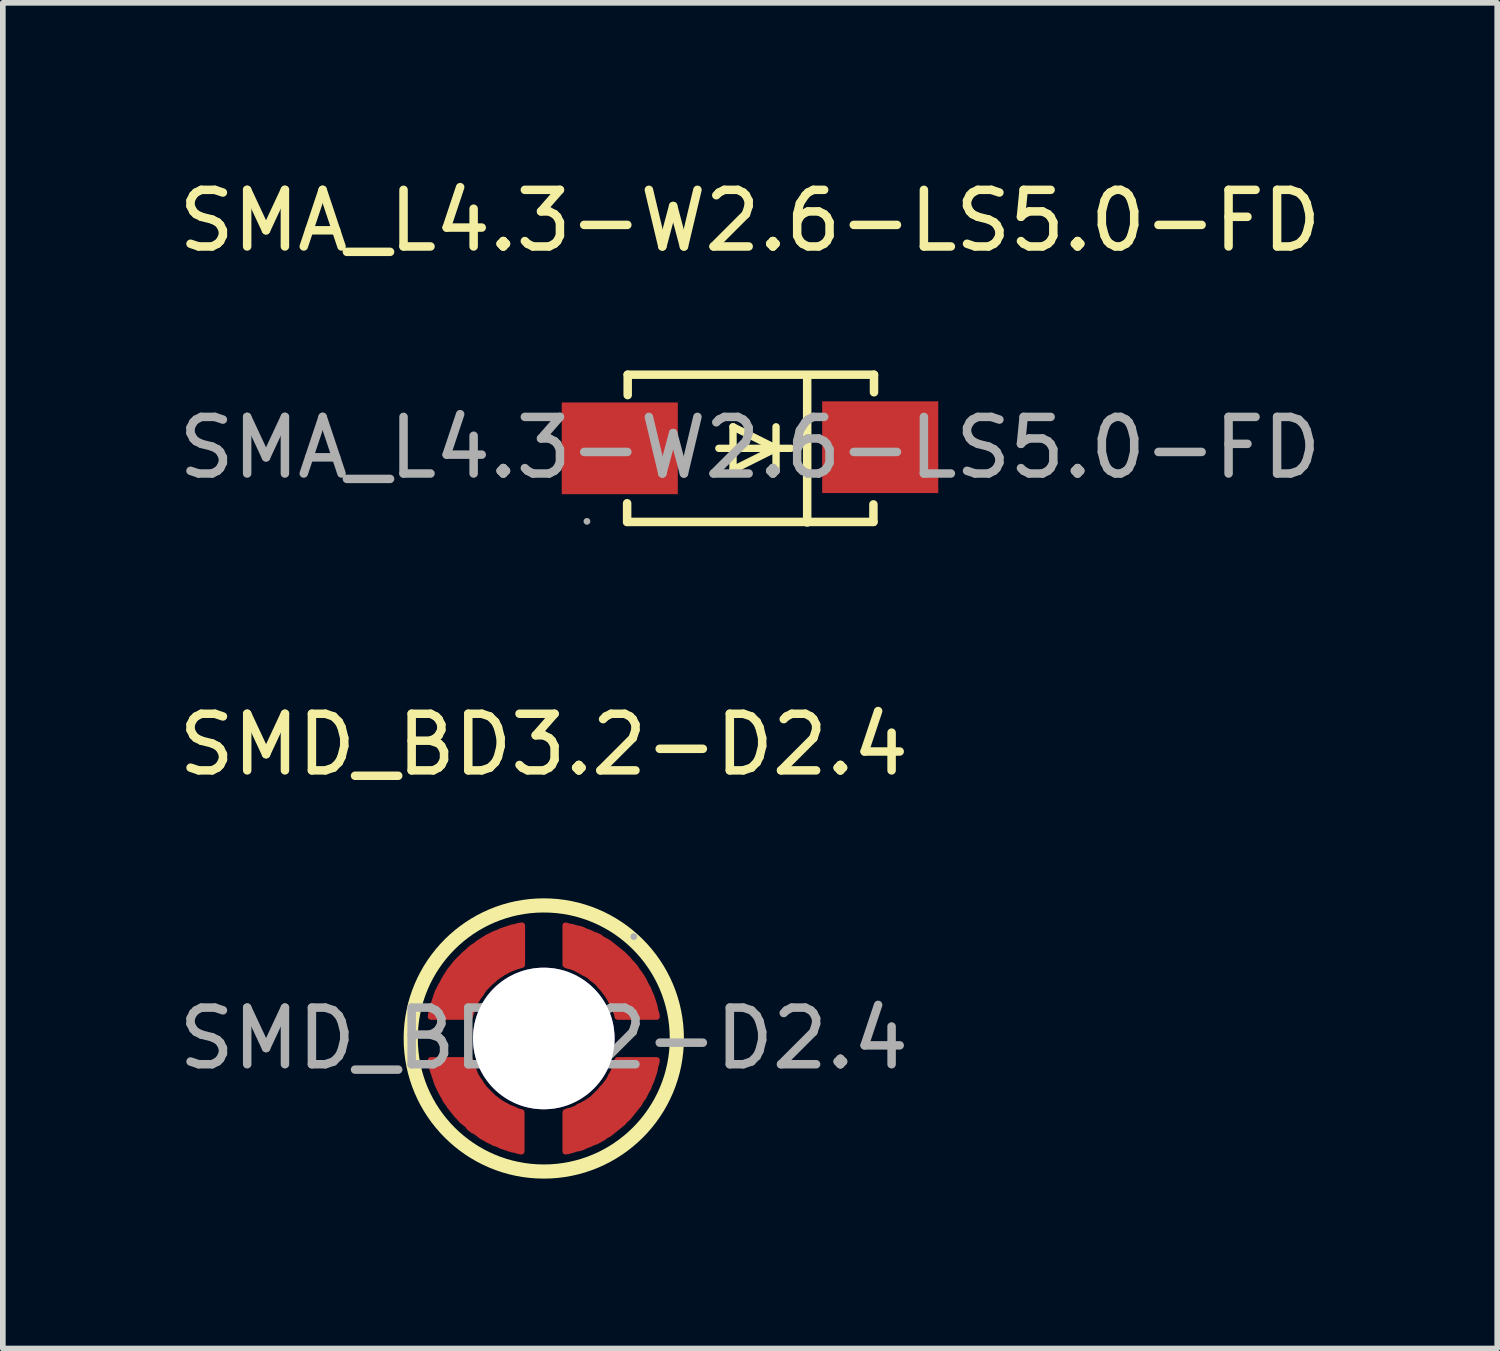
<source format=kicad_pcb>
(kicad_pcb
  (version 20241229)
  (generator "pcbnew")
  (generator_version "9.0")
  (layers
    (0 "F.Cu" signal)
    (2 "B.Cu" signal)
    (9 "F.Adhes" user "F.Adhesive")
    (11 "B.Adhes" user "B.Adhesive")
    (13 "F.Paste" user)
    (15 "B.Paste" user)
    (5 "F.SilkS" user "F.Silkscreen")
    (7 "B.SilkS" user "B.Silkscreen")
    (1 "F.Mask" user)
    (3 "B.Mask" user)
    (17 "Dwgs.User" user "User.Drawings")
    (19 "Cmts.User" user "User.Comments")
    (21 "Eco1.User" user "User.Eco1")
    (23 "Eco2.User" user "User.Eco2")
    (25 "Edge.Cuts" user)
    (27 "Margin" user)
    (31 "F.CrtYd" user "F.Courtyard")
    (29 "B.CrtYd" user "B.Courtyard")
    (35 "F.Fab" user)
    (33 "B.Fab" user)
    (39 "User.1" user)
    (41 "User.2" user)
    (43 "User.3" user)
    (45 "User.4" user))
  (footprint "SMD_BD3.2-D2.4"
    (layer "F.Cu")
    (at 6.554 15.291)
    (property "Reference" "SMD_BD3.2-D2.4" (at 0 -5.19 0) (layer "F.SilkS") (effects (font (size 1 1) (thickness 0.15))))
    (attr smd)
    (fp_circle (center 0 0) (end 2.35 0) (stroke (width 0.25) (type solid)) (fill no) (layer "F.SilkS"))
    (fp_circle (center 0 0) (end 0.6 0) (stroke (width 1.2) (type solid)) (fill no) (layer "Cmts.User"))
    (fp_circle (center 1.59 -1.8) (end 1.62 -1.8) (stroke (width 0.06) (type solid)) (fill no) (layer "F.Fab"))
    (fp_text user "${REFERENCE}" (at 0 0 0) (layer "F.Fab") (effects (font (size 1 1) (thickness 0.15))))
    (pad "" thru_hole circle (at 0 0) (size 2.5 2.5) (drill 2.5) (layers "*.Cu" "*.Mask"))
    (pad "1" smd custom (at 0 0) (size 1 1) (layers "F.Cu" "F.Mask" "F.Paste") (options (anchor circle)) (primitives (gr_poly (pts (xy 1.3 -0.38) (xy 1.29 -0.43) (xy 1.27 -0.48) (xy 1.25 -0.53) (xy 1.23 -0.58) (xy 1.21 -0.62) (xy 1.18 -0.67) (xy 1.16 -0.71) (xy 1.13 -0.76) (xy 1.1 -0.8) (xy 1.07 -0.84) (xy 1.04 -0.88) (xy 1 -0.92) (xy 0.97 -0.96) (xy 0.93 -1) (xy 0.89 -1.03) (xy 0.85 -1.06) (xy 0.81 -1.1) (xy 0.76 -1.13) (xy 0.72 -1.15) (xy 0.67 -1.18) (xy 0.63 -1.2) (xy 0.58 -1.23) (xy 0.53 -1.25) (xy 0.48 -1.27) (xy 0.43 -1.28) (xy 0.38 -1.3) (xy 0.38 -2) (xy 0.45 -1.98) (xy 0.51 -1.97) (xy 0.57 -1.95) (xy 0.63 -1.94) (xy 0.69 -1.92) (xy 0.75 -1.89) (xy 0.81 -1.87) (xy 0.87 -1.84) (xy 0.93 -1.82) (xy 0.99 -1.79) (xy 1.04 -1.75) (xy 1.1 -1.72) (xy 1.15 -1.69) (xy 1.2 -1.65) (xy 1.25 -1.61) (xy 1.3 -1.57) (xy 1.35 -1.53) (xy 1.4 -1.49) (xy 1.45 -1.44) (xy 1.49 -1.4) (xy 1.53 -1.35) (xy 1.58 -1.3) (xy 1.62 -1.25) (xy 1.65 -1.2) (xy 1.69 -1.15) (xy 1.73 -1.09) (xy 1.76 -1.04) (xy 1.79 -0.98) (xy 1.82 -0.92) (xy 1.85 -0.87) (xy 1.87 -0.81) (xy 1.9 -0.75) (xy 1.92 -0.69) (xy 1.94 -0.63) (xy 1.96 -0.57) (xy 1.97 -0.5) (xy 1.99 -0.44) (xy 2 -0.38) (xy 1.3 -0.38)) (width 0.1) (fill yes))))
    (pad "1" smd custom (at 0 0 180) (size 1 1) (layers "F.Cu" "F.Mask" "F.Paste") (options (anchor circle)) (primitives (gr_poly (pts (xy -0.38 -1.3) (xy -0.43 -1.28) (xy -0.48 -1.27) (xy -0.53 -1.25) (xy -0.58 -1.23) (xy -0.62 -1.2) (xy -0.67 -1.18) (xy -0.72 -1.15) (xy -0.76 -1.13) (xy -0.8 -1.1) (xy -0.85 -1.07) (xy -0.89 -1.03) (xy -0.92 -1) (xy -0.96 -0.96) (xy -1 -0.92) (xy -1.03 -0.88) (xy -1.07 -0.84) (xy -1.1 -0.8) (xy -1.13 -0.76) (xy -1.16 -0.72) (xy -1.18 -0.67) (xy -1.21 -0.62) (xy -1.23 -0.58) (xy -1.25 -0.53) (xy -1.27 -0.48) (xy -1.28 -0.43) (xy -1.3 -0.38) (xy -2 -0.38) (xy -1.99 -0.44) (xy -1.97 -0.5) (xy -1.96 -0.57) (xy -1.94 -0.63) (xy -1.92 -0.69) (xy -1.9 -0.75) (xy -1.87 -0.81) (xy -1.85 -0.87) (xy -1.82 -0.92) (xy -1.79 -0.98) (xy -1.76 -1.04) (xy -1.72 -1.09) (xy -1.69 -1.15) (xy -1.65 -1.2) (xy -1.61 -1.25) (xy -1.57 -1.3) (xy -1.53 -1.35) (xy -1.49 -1.4) (xy -1.44 -1.44) (xy -1.4 -1.49) (xy -1.35 -1.53) (xy -1.3 -1.57) (xy -1.25 -1.61) (xy -1.2 -1.65) (xy -1.15 -1.69) (xy -1.09 -1.72) (xy -1.04 -1.76) (xy -0.98 -1.79) (xy -0.93 -1.82) (xy -0.87 -1.84) (xy -0.81 -1.87) (xy -0.75 -1.89) (xy -0.69 -1.92) (xy -0.63 -1.94) (xy -0.57 -1.95) (xy -0.51 -1.97) (xy -0.44 -1.99) (xy -0.38 -2) (xy -0.38 -1.3)) (width 0.1) (fill yes))))
    (pad "1" smd custom (at 0 0 270) (size 1 1) (layers "F.Cu" "F.Mask" "F.Paste") (options (anchor circle)) (primitives (gr_poly (pts (xy -1.3 0.38) (xy -1.28 0.44) (xy -1.27 0.48) (xy -1.25 0.53) (xy -1.23 0.58) (xy -1.21 0.63) (xy -1.18 0.68) (xy -1.16 0.72) (xy -1.13 0.76) (xy -1.1 0.81) (xy -1.07 0.85) (xy -1.03 0.89) (xy -1 0.93) (xy -0.96 0.97) (xy -0.93 1) (xy -0.89 1.04) (xy -0.85 1.07) (xy -0.8 1.1) (xy -0.76 1.13) (xy -0.72 1.16) (xy -0.67 1.19) (xy -0.63 1.21) (xy -0.58 1.23) (xy -0.53 1.25) (xy -0.48 1.27) (xy -0.43 1.29) (xy -0.38 1.3) (xy -0.38 2) (xy -0.44 1.99) (xy -0.51 1.98) (xy -0.57 1.96) (xy -0.63 1.94) (xy -0.69 1.92) (xy -0.75 1.9) (xy -0.81 1.88) (xy -0.87 1.85) (xy -0.93 1.82) (xy -0.98 1.79) (xy -1.04 1.76) (xy -1.09 1.73) (xy -1.15 1.69) (xy -1.2 1.66) (xy -1.25 1.62) (xy -1.3 1.58) (xy -1.35 1.54) (xy -1.4 1.49) (xy -1.44 1.45) (xy -1.49 1.4) (xy -1.53 1.35) (xy -1.57 1.31) (xy -1.61 1.26) (xy -1.65 1.2) (xy -1.69 1.15) (xy -1.72 1.1) (xy -1.76 1.04) (xy -1.79 0.99) (xy -1.82 0.93) (xy -1.85 0.87) (xy -1.87 0.81) (xy -1.9 0.75) (xy -1.92 0.69) (xy -1.94 0.63) (xy -1.96 0.57) (xy -1.97 0.51) (xy -1.99 0.45) (xy -2 0.38) (xy -1.3 0.38)) (width 0.1) (fill yes))))
    (pad "1" smd custom (at 0 0 270) (size 1 1) (layers "F.Cu" "F.Mask" "F.Paste") (options (anchor circle)) (primitives (gr_poly (pts (xy 0.38 1.3) (xy 0.43 1.29) (xy 0.48 1.27) (xy 0.53 1.25) (xy 0.58 1.23) (xy 0.63 1.21) (xy 0.67 1.19) (xy 0.72 1.16) (xy 0.76 1.13) (xy 0.81 1.1) (xy 0.85 1.07) (xy 0.89 1.04) (xy 0.93 1) (xy 0.96 0.97) (xy 1 0.93) (xy 1.04 0.89) (xy 1.07 0.85) (xy 1.1 0.81) (xy 1.13 0.77) (xy 1.16 0.72) (xy 1.18 0.68) (xy 1.21 0.63) (xy 1.23 0.58) (xy 1.25 0.53) (xy 1.27 0.49) (xy 1.29 0.44) (xy 1.3 0.39) (xy 2 0.39) (xy 1.99 0.45) (xy 1.97 0.51) (xy 1.96 0.57) (xy 1.94 0.63) (xy 1.92 0.69) (xy 1.9 0.75) (xy 1.87 0.81) (xy 1.85 0.87) (xy 1.82 0.93) (xy 1.79 0.99) (xy 1.76 1.04) (xy 1.73 1.1) (xy 1.69 1.15) (xy 1.65 1.2) (xy 1.62 1.26) (xy 1.58 1.31) (xy 1.53 1.35) (xy 1.49 1.4) (xy 1.45 1.45) (xy 1.4 1.49) (xy 1.35 1.54) (xy 1.3 1.58) (xy 1.25 1.62) (xy 1.2 1.66) (xy 1.15 1.69) (xy 1.1 1.73) (xy 1.04 1.76) (xy 0.99 1.79) (xy 0.93 1.82) (xy 0.87 1.85) (xy 0.81 1.88) (xy 0.75 1.9) (xy 0.69 1.92) (xy 0.63 1.94) (xy 0.57 1.96) (xy 0.51 1.98) (xy 0.45 1.99) (xy 0.38 2) (xy 0.38 1.3)) (width 0.1) (fill yes)))))
  (footprint "SMA_L4.3-W2.6-LS5.0-FD"
    (layer "F.Cu")
    (at 10.196 4.858)
    (property "Reference" "SMA_L4.3-W2.6-LS5.0-FD" (at 0 -4.01 0) (layer "F.SilkS") (effects (font (size 1 1) (thickness 0.15))))
    (attr smd)
    (fp_line (start -2.17 0.98) (end -2.17 1.31) (stroke (width 0.15) (type solid)) (layer "F.SilkS"))
    (fp_line (start -2.17 1.31) (end 2.18 1.31) (stroke (width 0.15) (type solid)) (layer "F.SilkS"))
    (fp_line (start -2.16 -1.29) (end 2.19 -1.29) (stroke (width 0.15) (type solid)) (layer "F.SilkS"))
    (fp_line (start -2.16 -0.93) (end -2.16 -1.29) (stroke (width 0.15) (type solid)) (layer "F.SilkS"))
    (fp_line (start -0.55 0.01) (end 0.72 0.01) (stroke (width 0.13) (type solid)) (layer "F.SilkS"))
    (fp_line (start -0.3 -0.37) (end 0.46 0.01) (stroke (width 0.13) (type solid)) (layer "F.SilkS"))
    (fp_line (start -0.3 0.01) (end -0.3 -0.37) (stroke (width 0.13) (type solid)) (layer "F.SilkS"))
    (fp_line (start -0.3 0.01) (end -0.3 0.39) (stroke (width 0.13) (type solid)) (layer "F.SilkS"))
    (fp_line (start -0.3 0.39) (end 0.46 0.01) (stroke (width 0.13) (type solid)) (layer "F.SilkS"))
    (fp_line (start 0.46 0.01) (end 0.46 -0.37) (stroke (width 0.13) (type solid)) (layer "F.SilkS"))
    (fp_line (start 0.46 0.01) (end 0.46 0.39) (stroke (width 0.13) (type solid)) (layer "F.SilkS"))
    (fp_line (start 1.01 -1.28) (end 1.01 1.32) (stroke (width 0.15) (type solid)) (layer "F.SilkS"))
    (fp_line (start 2.18 1.31) (end 2.18 1) (stroke (width 0.15) (type solid)) (layer "F.SilkS"))
    (fp_line (start 2.19 -1.29) (end 2.19 -0.98) (stroke (width 0.15) (type solid)) (layer "F.SilkS"))
    (fp_circle (center -2.88 1.3) (end -2.85 1.3) (stroke (width 0.06) (type solid)) (fill no) (layer "F.Fab"))
    (fp_text user "${REFERENCE}" (at 0 0 0) (layer "F.Fab") (effects (font (size 1 1) (thickness 0.15))))
    (pad "1" smd rect (at -2.3 0.01) (size 2.05 1.62) (layers "F.Cu" "F.Mask" "F.Paste"))
    (pad "2" smd rect (at 2.3 -0.01 180) (size 2.05 1.62) (layers "F.Cu" "F.Mask" "F.Paste")))
  (gr_rect
    (start -3 -3)
    (end 23.393 20.767)
    (stroke (width 0.1) (type default))
    (fill no)
    (layer "Edge.Cuts")))
</source>
